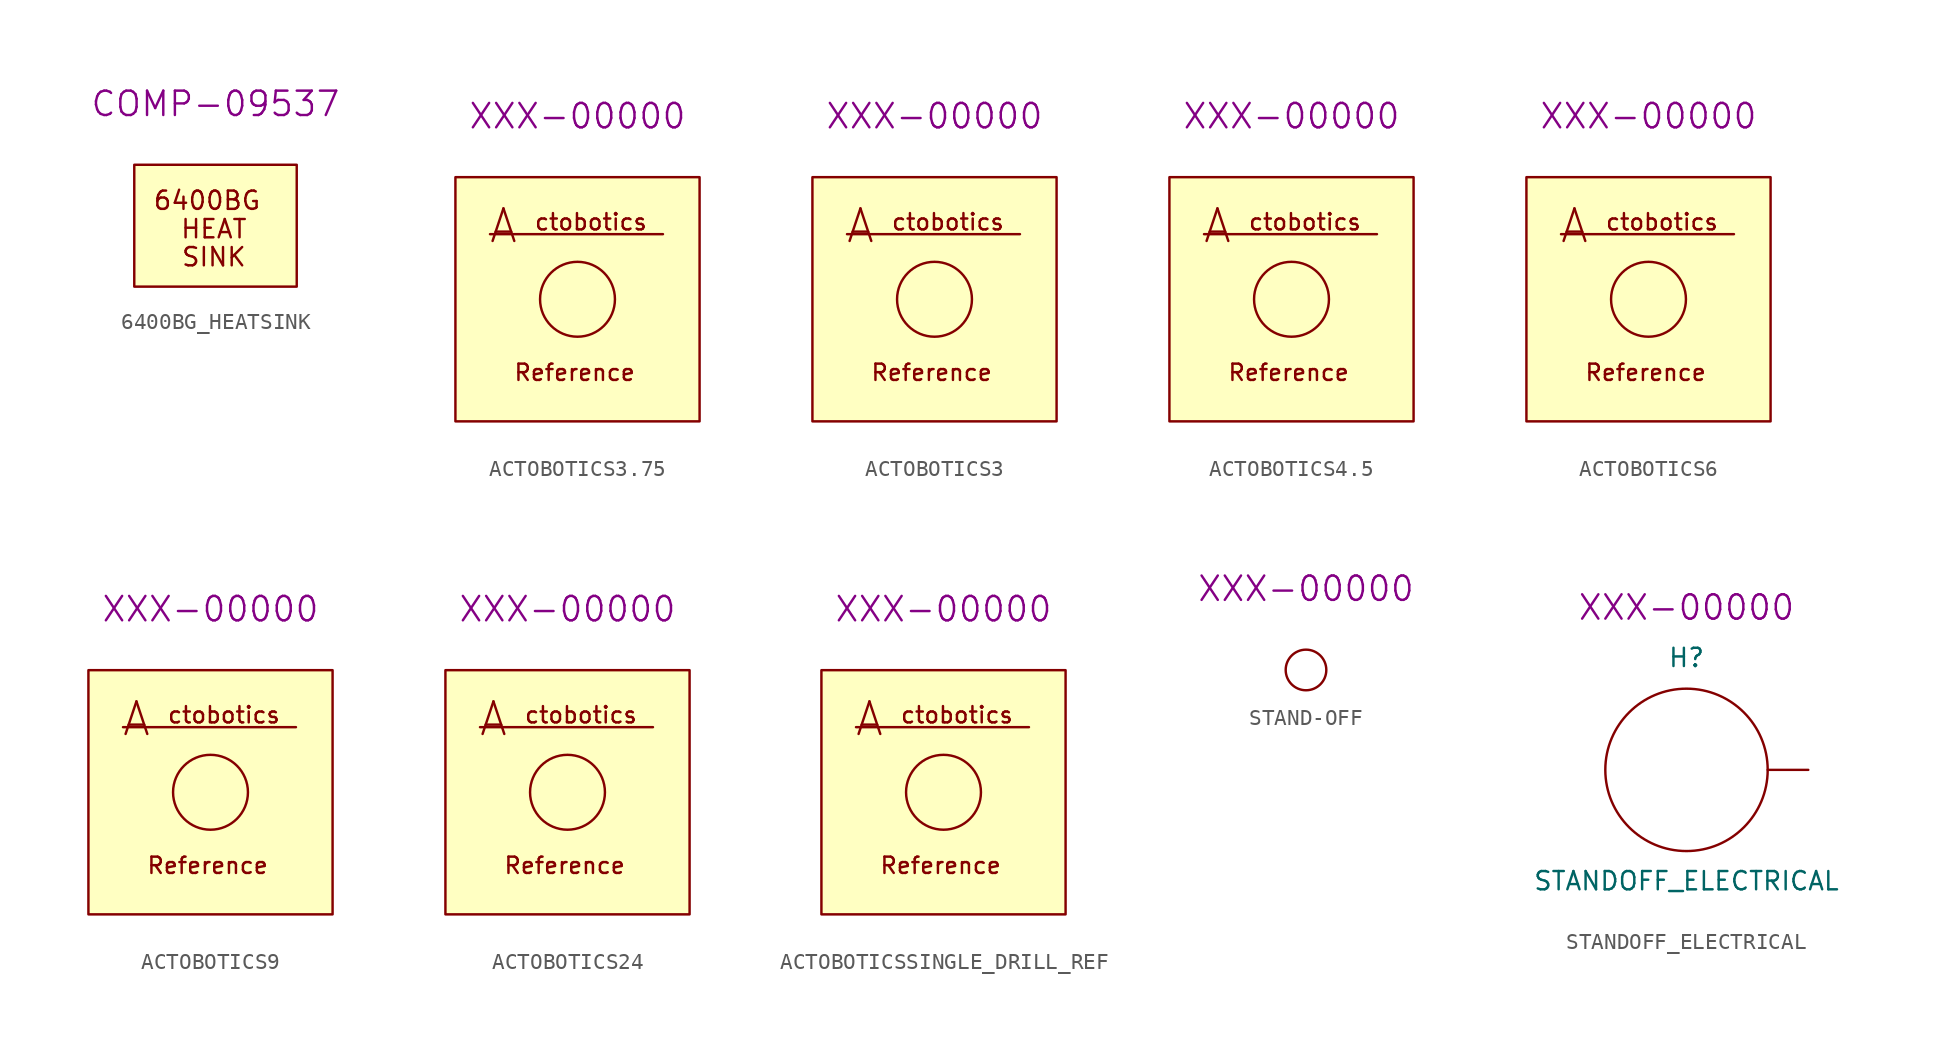
<source format=kicad_sym>
(kicad_symbol_lib
  (version 20201005)
  (generator kicad_symbol_editor)
  (symbol "6400BG_HEATSINK"
    (pin_numbers hide)
    (pin_names
      (offset 1.016) hide)
    (property "Reference" "H"
      (at -3.81 6.35 0)
      (effects (font (size 1.143 1.143)) hide))
    (property "Field4" "COMP-09537"
      (at 0 8.89 0)
      (effects (font (size 1.524 1.524))))
    (property "ki_locked" ""
      (at 0 0 0)
      (effects (font (size 1.27 1.27))))
    (symbol "6400BG_HEATSINK_1_0"
      (text "6400BG" (at -0.533 2.845 0) (effects (font (size 1.143 1.143))))
      (text "HEAT" (at -0.102 1.067 0) (effects (font (size 1.143 1.143))))
      (text "SINK" (at -0.102 -0.686 0) (effects (font (size 1.143 1.143)))))
    (symbol "6400BG_HEATSINK_1_1"
      (polyline (pts (xy -5.08 5.08) (xy -5.08 -2.54) (xy 5.08 -2.54) (xy 5.08 5.08) (xy -5.08 5.08)) (stroke (width 0)) (fill (type background)))))
  (symbol "ACTOBOTICS3.75"
    (pin_numbers hide)
    (pin_names
      (offset 1.016) hide)
    (property "Reference" "H"
      (at 0 8.89 0)
      (effects (font (size 1.143 1.143)) hide))
    (property "Field4" "XXX-00000"
      (at 0 11.43 0)
      (effects (font (size 1.524 1.524))))
    (property "ki_locked" ""
      (at 0 0 0)
      (effects (font (size 1.27 1.27))))
    (symbol "ACTOBOTICS3.75_1_0"
      (text "A" (at -4.623 4.572 0) (effects (font (size 2.032 2.032))))
      (text "ctobotics" (at 0.838 4.826 0) (effects (font (size 1.016 1.016))))
      (text "Reference" (at -0.178 -4.572 0) (effects (font (size 1.016 1.016))))
      (polyline (pts (xy -5.461 4.064) (xy 5.334 4.064)) (stroke (width 0)) (fill (type none))))
    (symbol "ACTOBOTICS3.75_1_1"
      (circle (center 0 0) (radius 2.337) (stroke (width 0)) (fill (type none)))
      (polyline (pts (xy -7.62 -7.62) (xy 7.62 -7.62) (xy 7.62 7.62) (xy -7.62 7.62) (xy -7.62 -7.62)) (stroke (width 0)) (fill (type background)))))
  (symbol "ACTOBOTICS3"
    (pin_numbers hide)
    (pin_names
      (offset 1.016) hide)
    (property "Reference" "H"
      (at 0 8.89 0)
      (effects (font (size 1.143 1.143)) hide))
    (property "Field4" "XXX-00000"
      (at 0 11.43 0)
      (effects (font (size 1.524 1.524))))
    (property "ki_locked" ""
      (at 0 0 0)
      (effects (font (size 1.27 1.27))))
    (symbol "ACTOBOTICS3_1_0"
      (text "A" (at -4.623 4.572 0) (effects (font (size 2.032 2.032))))
      (text "ctobotics" (at 0.838 4.826 0) (effects (font (size 1.016 1.016))))
      (text "Reference" (at -0.178 -4.572 0) (effects (font (size 1.016 1.016))))
      (polyline (pts (xy -5.461 4.064) (xy 5.334 4.064)) (stroke (width 0)) (fill (type none))))
    (symbol "ACTOBOTICS3_1_1"
      (circle (center 0 0) (radius 2.337) (stroke (width 0)) (fill (type none)))
      (polyline (pts (xy -7.62 -7.62) (xy 7.62 -7.62) (xy 7.62 7.62) (xy -7.62 7.62) (xy -7.62 -7.62)) (stroke (width 0)) (fill (type background)))))
  (symbol "ACTOBOTICS4.5"
    (pin_numbers hide)
    (pin_names
      (offset 1.016) hide)
    (property "Reference" "H"
      (at 0 8.89 0)
      (effects (font (size 1.143 1.143)) hide))
    (property "Field4" "XXX-00000"
      (at 0 11.43 0)
      (effects (font (size 1.524 1.524))))
    (property "ki_locked" ""
      (at 0 0 0)
      (effects (font (size 1.27 1.27))))
    (symbol "ACTOBOTICS4.5_1_0"
      (text "A" (at -4.623 4.572 0) (effects (font (size 2.032 2.032))))
      (text "ctobotics" (at 0.838 4.826 0) (effects (font (size 1.016 1.016))))
      (text "Reference" (at -0.178 -4.572 0) (effects (font (size 1.016 1.016))))
      (polyline (pts (xy -5.461 4.064) (xy 5.334 4.064)) (stroke (width 0)) (fill (type none))))
    (symbol "ACTOBOTICS4.5_1_1"
      (circle (center 0 0) (radius 2.337) (stroke (width 0)) (fill (type none)))
      (polyline (pts (xy -7.62 -7.62) (xy 7.62 -7.62) (xy 7.62 7.62) (xy -7.62 7.62) (xy -7.62 -7.62)) (stroke (width 0)) (fill (type background)))))
  (symbol "ACTOBOTICS6"
    (pin_numbers hide)
    (pin_names
      (offset 1.016) hide)
    (property "Reference" "H"
      (at 0 8.89 0)
      (effects (font (size 1.143 1.143)) hide))
    (property "Field4" "XXX-00000"
      (at 0 11.43 0)
      (effects (font (size 1.524 1.524))))
    (property "ki_locked" ""
      (at 0 0 0)
      (effects (font (size 1.27 1.27))))
    (symbol "ACTOBOTICS6_1_0"
      (text "A" (at -4.623 4.572 0) (effects (font (size 2.032 2.032))))
      (text "ctobotics" (at 0.838 4.826 0) (effects (font (size 1.016 1.016))))
      (text "Reference" (at -0.178 -4.572 0) (effects (font (size 1.016 1.016))))
      (polyline (pts (xy -5.461 4.064) (xy 5.334 4.064)) (stroke (width 0)) (fill (type none))))
    (symbol "ACTOBOTICS6_1_1"
      (circle (center 0 0) (radius 2.337) (stroke (width 0)) (fill (type none)))
      (polyline (pts (xy -7.62 -7.62) (xy 7.62 -7.62) (xy 7.62 7.62) (xy -7.62 7.62) (xy -7.62 -7.62)) (stroke (width 0)) (fill (type background)))))
  (symbol "ACTOBOTICS9"
    (pin_numbers hide)
    (pin_names
      (offset 1.016) hide)
    (property "Reference" "H"
      (at 0 8.89 0)
      (effects (font (size 1.143 1.143)) hide))
    (property "Field4" "XXX-00000"
      (at 0 11.43 0)
      (effects (font (size 1.524 1.524))))
    (property "ki_locked" ""
      (at 0 0 0)
      (effects (font (size 1.27 1.27))))
    (symbol "ACTOBOTICS9_1_0"
      (text "A" (at -4.623 4.572 0) (effects (font (size 2.032 2.032))))
      (text "ctobotics" (at 0.838 4.826 0) (effects (font (size 1.016 1.016))))
      (text "Reference" (at -0.178 -4.572 0) (effects (font (size 1.016 1.016))))
      (polyline (pts (xy -5.461 4.064) (xy 5.334 4.064)) (stroke (width 0)) (fill (type none))))
    (symbol "ACTOBOTICS9_1_1"
      (circle (center 0 0) (radius 2.337) (stroke (width 0)) (fill (type none)))
      (polyline (pts (xy -7.62 -7.62) (xy 7.62 -7.62) (xy 7.62 7.62) (xy -7.62 7.62) (xy -7.62 -7.62)) (stroke (width 0)) (fill (type background)))))
  (symbol "ACTOBOTICS24"
    (pin_numbers hide)
    (pin_names
      (offset 1.016) hide)
    (property "Reference" "H"
      (at 0 8.89 0)
      (effects (font (size 1.143 1.143)) hide))
    (property "Field4" "XXX-00000"
      (at 0 11.43 0)
      (effects (font (size 1.524 1.524))))
    (property "ki_locked" ""
      (at 0 0 0)
      (effects (font (size 1.27 1.27))))
    (symbol "ACTOBOTICS24_1_0"
      (text "A" (at -4.623 4.572 0) (effects (font (size 2.032 2.032))))
      (text "ctobotics" (at 0.838 4.826 0) (effects (font (size 1.016 1.016))))
      (text "Reference" (at -0.178 -4.572 0) (effects (font (size 1.016 1.016))))
      (polyline (pts (xy -5.461 4.064) (xy 5.334 4.064)) (stroke (width 0)) (fill (type none))))
    (symbol "ACTOBOTICS24_1_1"
      (circle (center 0 0) (radius 2.337) (stroke (width 0)) (fill (type none)))
      (polyline (pts (xy -7.62 -7.62) (xy 7.62 -7.62) (xy 7.62 7.62) (xy -7.62 7.62) (xy -7.62 -7.62)) (stroke (width 0)) (fill (type background)))))
  (symbol "ACTOBOTICSSINGLE_DRILL_REF"
    (pin_numbers hide)
    (pin_names
      (offset 1.016) hide)
    (property "Reference" "H"
      (at 0 8.89 0)
      (effects (font (size 1.143 1.143)) hide))
    (property "Field4" "XXX-00000"
      (at 0 11.43 0)
      (effects (font (size 1.524 1.524))))
    (property "ki_locked" ""
      (at 0 0 0)
      (effects (font (size 1.27 1.27))))
    (symbol "ACTOBOTICSSINGLE_DRILL_REF_1_0"
      (text "A" (at -4.623 4.572 0) (effects (font (size 2.032 2.032))))
      (text "ctobotics" (at 0.838 4.826 0) (effects (font (size 1.016 1.016))))
      (text "Reference" (at -0.178 -4.572 0) (effects (font (size 1.016 1.016))))
      (polyline (pts (xy -5.461 4.064) (xy 5.334 4.064)) (stroke (width 0)) (fill (type none))))
    (symbol "ACTOBOTICSSINGLE_DRILL_REF_1_1"
      (circle (center 0 0) (radius 2.337) (stroke (width 0)) (fill (type none)))
      (polyline (pts (xy -7.62 -7.62) (xy 7.62 -7.62) (xy 7.62 7.62) (xy -7.62 7.62) (xy -7.62 -7.62)) (stroke (width 0)) (fill (type background)))))
  (symbol "STAND-OFF"
    (pin_numbers hide)
    (pin_names
      (offset 1.016) hide)
    (property "Reference" "H"
      (at 0 2.54 0)
      (effects (font (size 1.143 1.143)) hide))
    (property "Field4" "XXX-00000"
      (at 0 5.08 0)
      (effects (font (size 1.524 1.524))))
    (property "ki_locked" ""
      (at 0 0 0)
      (effects (font (size 1.27 1.27))))
    (symbol "STAND-OFF_1_1"
      (circle (center 0 0) (radius 1.27) (stroke (width 0)) (fill (type none)))))
  (symbol "STANDOFF_ELECTRICAL"
    (pin_numbers hide)
    (pin_names
      (offset 1.016) hide)
    (property "Reference" "H"
      (at 0 6.35 0)
      (effects (font (size 1.143 1.143)) (justify bottom)))
    (property "Value" "STANDOFF_ELECTRICAL"
      (at 0 -7.62 0)
      (effects (font (size 1.143 1.143)) (justify bottom)))
    (property "Field4" "XXX-00000"
      (at 0 10.16 0)
      (effects (font (size 1.524 1.524))))
    (property "ki_locked" ""
      (at 0 0 0)
      (effects (font (size 1.27 1.27))))
    (symbol "STANDOFF_ELECTRICAL_1_1"
      (circle (center 0 0) (radius 5.08) (stroke (width 0)) (fill (type none)))
      (pin bidirectional line (at 7.62 0 180) (length 2.54) (name "P$1" (effects (font (size 1.016 1.016)))) (number "P1" (effects (font (size 1.016 1.016))))))))
</source>
